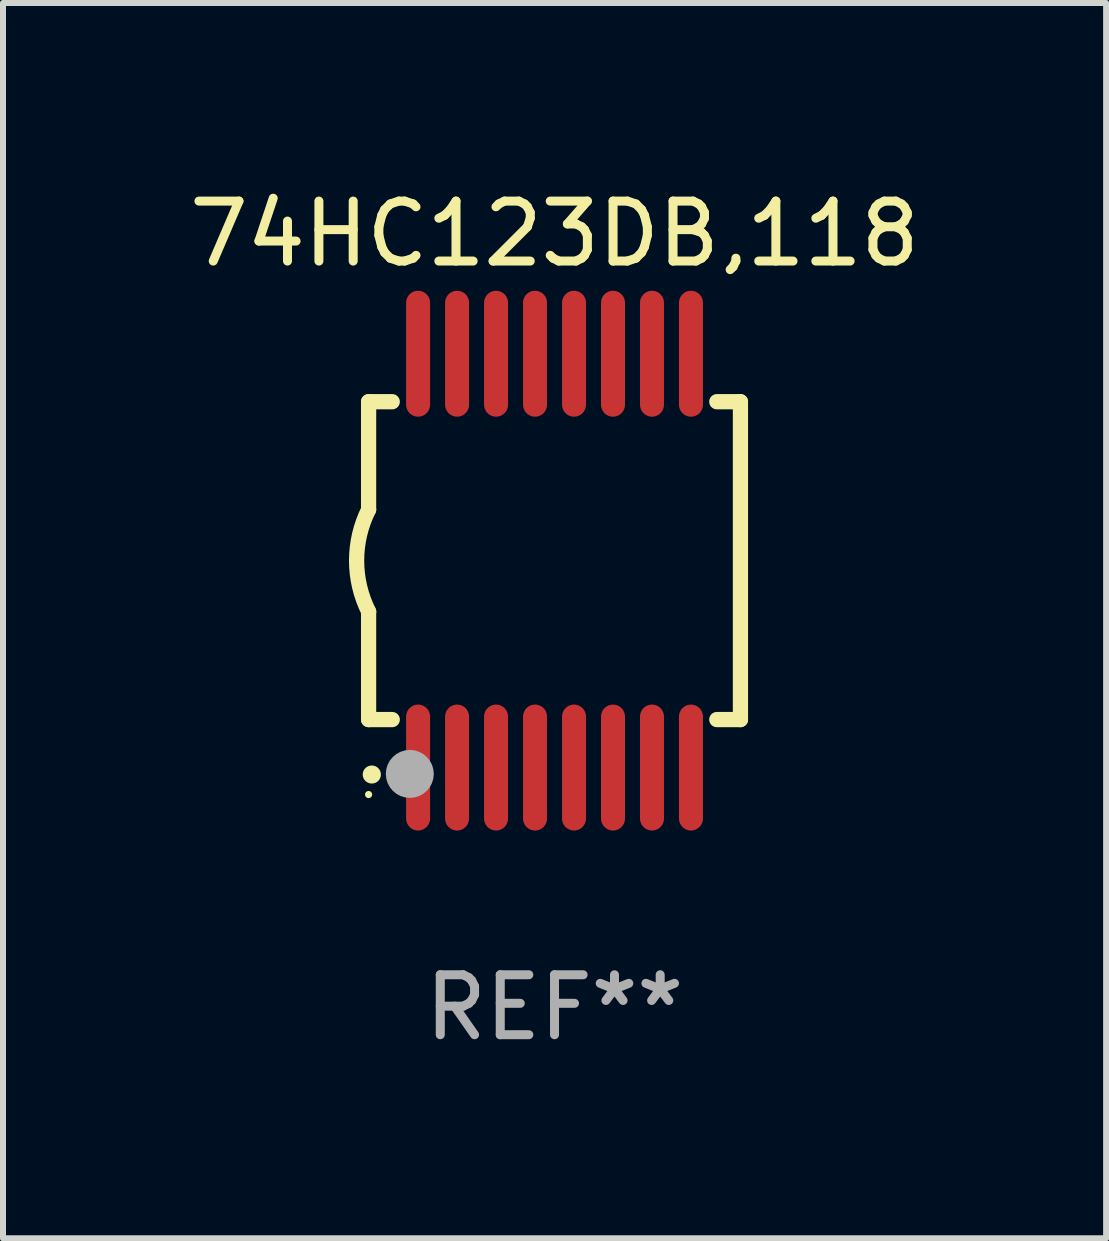
<source format=kicad_pcb>
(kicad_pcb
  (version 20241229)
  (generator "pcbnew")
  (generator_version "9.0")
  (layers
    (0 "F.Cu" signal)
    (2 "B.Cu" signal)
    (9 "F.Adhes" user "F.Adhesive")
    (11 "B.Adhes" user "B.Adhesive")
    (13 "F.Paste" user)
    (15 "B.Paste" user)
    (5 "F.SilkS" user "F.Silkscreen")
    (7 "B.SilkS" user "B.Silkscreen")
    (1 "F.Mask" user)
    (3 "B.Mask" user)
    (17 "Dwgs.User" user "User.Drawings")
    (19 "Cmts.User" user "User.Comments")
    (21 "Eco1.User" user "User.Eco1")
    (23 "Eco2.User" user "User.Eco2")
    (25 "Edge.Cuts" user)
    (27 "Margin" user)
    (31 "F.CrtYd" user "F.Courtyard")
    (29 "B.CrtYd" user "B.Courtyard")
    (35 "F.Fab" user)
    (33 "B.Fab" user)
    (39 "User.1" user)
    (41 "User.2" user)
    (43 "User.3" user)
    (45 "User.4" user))
  (footprint "74HC123DB,118"
    (layer "F.Cu")
    (at 6.196 6.298)
    (property "Reference" "74HC123DB,118" (at 0 -5.45 0) (layer "F.SilkS") (effects (font (size 1 1) (thickness 0.15))))
    (attr through_hole)
    (fp_line (start -3.1 -2.65) (end -3.1 -0.85) (stroke (width 0.254) (type solid)) (layer "F.SilkS"))
    (fp_line (start -3.1 -2.65) (end -2.706 -2.65) (stroke (width 0.254) (type solid)) (layer "F.SilkS"))
    (fp_line (start -3.1 2.65) (end -3.1 0.85) (stroke (width 0.254) (type solid)) (layer "F.SilkS"))
    (fp_line (start -3.1 2.65) (end -2.706 2.65) (stroke (width 0.254) (type solid)) (layer "F.SilkS"))
    (fp_line (start 2.706 -2.65) (end 3.1 -2.65) (stroke (width 0.254) (type solid)) (layer "F.SilkS"))
    (fp_line (start 2.706 2.65) (end 3.1 2.65) (stroke (width 0.254) (type solid)) (layer "F.SilkS"))
    (fp_line (start 3.1 -2.65) (end 3.1 2.65) (stroke (width 0.254) (type solid)) (layer "F.SilkS"))
    (fp_arc (start -3.098907 0.850902) (mid -3.300057 0.000523) (end -3.1 -0.850114) (stroke (width 0.254001) (type solid)) (layer "F.SilkS"))
    (fp_arc (start -3.048006 3.566066) (mid -3.046736 3.566061) (end -3.045466 3.566066) (stroke (width 0.3) (type solid)) (layer "F.SilkS"))
    (fp_circle (center -3.1 3.9) (end -3.07 3.9) (stroke (width 0.06) (type solid)) (fill no) (layer "F.SilkS"))
    (fp_circle (center -2.413 3.556) (end -2.213 3.556) (stroke (width 0.4) (type solid)) (fill no) (layer "F.Fab"))
    (fp_text user "REF**" (at 0 7.45 0) (layer "F.Fab") (effects (font (size 1 1) (thickness 0.15))))
    (pad "1" smd oval (at -2.275 3.45 180) (size 0.4 2.1) (layers "F.Cu" "F.Mask" "F.Paste"))
    (pad "2" smd oval (at -1.625 3.45 180) (size 0.4 2.1) (layers "F.Cu" "F.Mask" "F.Paste"))
    (pad "3" smd oval (at -0.975 3.45 180) (size 0.4 2.1) (layers "F.Cu" "F.Mask" "F.Paste"))
    (pad "4" smd oval (at -0.325 3.45 180) (size 0.4 2.1) (layers "F.Cu" "F.Mask" "F.Paste"))
    (pad "5" smd oval (at 0.325 3.45 180) (size 0.4 2.1) (layers "F.Cu" "F.Mask" "F.Paste"))
    (pad "6" smd oval (at 0.975 3.45 180) (size 0.4 2.1) (layers "F.Cu" "F.Mask" "F.Paste"))
    (pad "7" smd oval (at 1.625 3.45 180) (size 0.4 2.1) (layers "F.Cu" "F.Mask" "F.Paste"))
    (pad "8" smd oval (at 2.275 3.45 180) (size 0.4 2.1) (layers "F.Cu" "F.Mask" "F.Paste"))
    (pad "9" smd oval (at 2.275 -3.45 180) (size 0.4 2.1) (layers "F.Cu" "F.Mask" "F.Paste"))
    (pad "10" smd oval (at 1.625 -3.45 180) (size 0.4 2.1) (layers "F.Cu" "F.Mask" "F.Paste"))
    (pad "11" smd oval (at 0.975 -3.45 180) (size 0.4 2.1) (layers "F.Cu" "F.Mask" "F.Paste"))
    (pad "12" smd oval (at 0.325 -3.45 180) (size 0.4 2.1) (layers "F.Cu" "F.Mask" "F.Paste"))
    (pad "13" smd oval (at -0.325 -3.45 180) (size 0.4 2.1) (layers "F.Cu" "F.Mask" "F.Paste"))
    (pad "14" smd oval (at -0.975 -3.45 180) (size 0.4 2.1) (layers "F.Cu" "F.Mask" "F.Paste"))
    (pad "15" smd oval (at -1.625 -3.45 180) (size 0.4 2.1) (layers "F.Cu" "F.Mask" "F.Paste"))
    (pad "16" smd oval (at -2.275 -3.45 180) (size 0.4 2.1) (layers "F.Cu" "F.Mask" "F.Paste")))
  (gr_rect
    (start -3 -3)
    (end 15.393 17.597)
    (stroke (width 0.1) (type default))
    (fill no)
    (layer "Edge.Cuts")))
</source>
